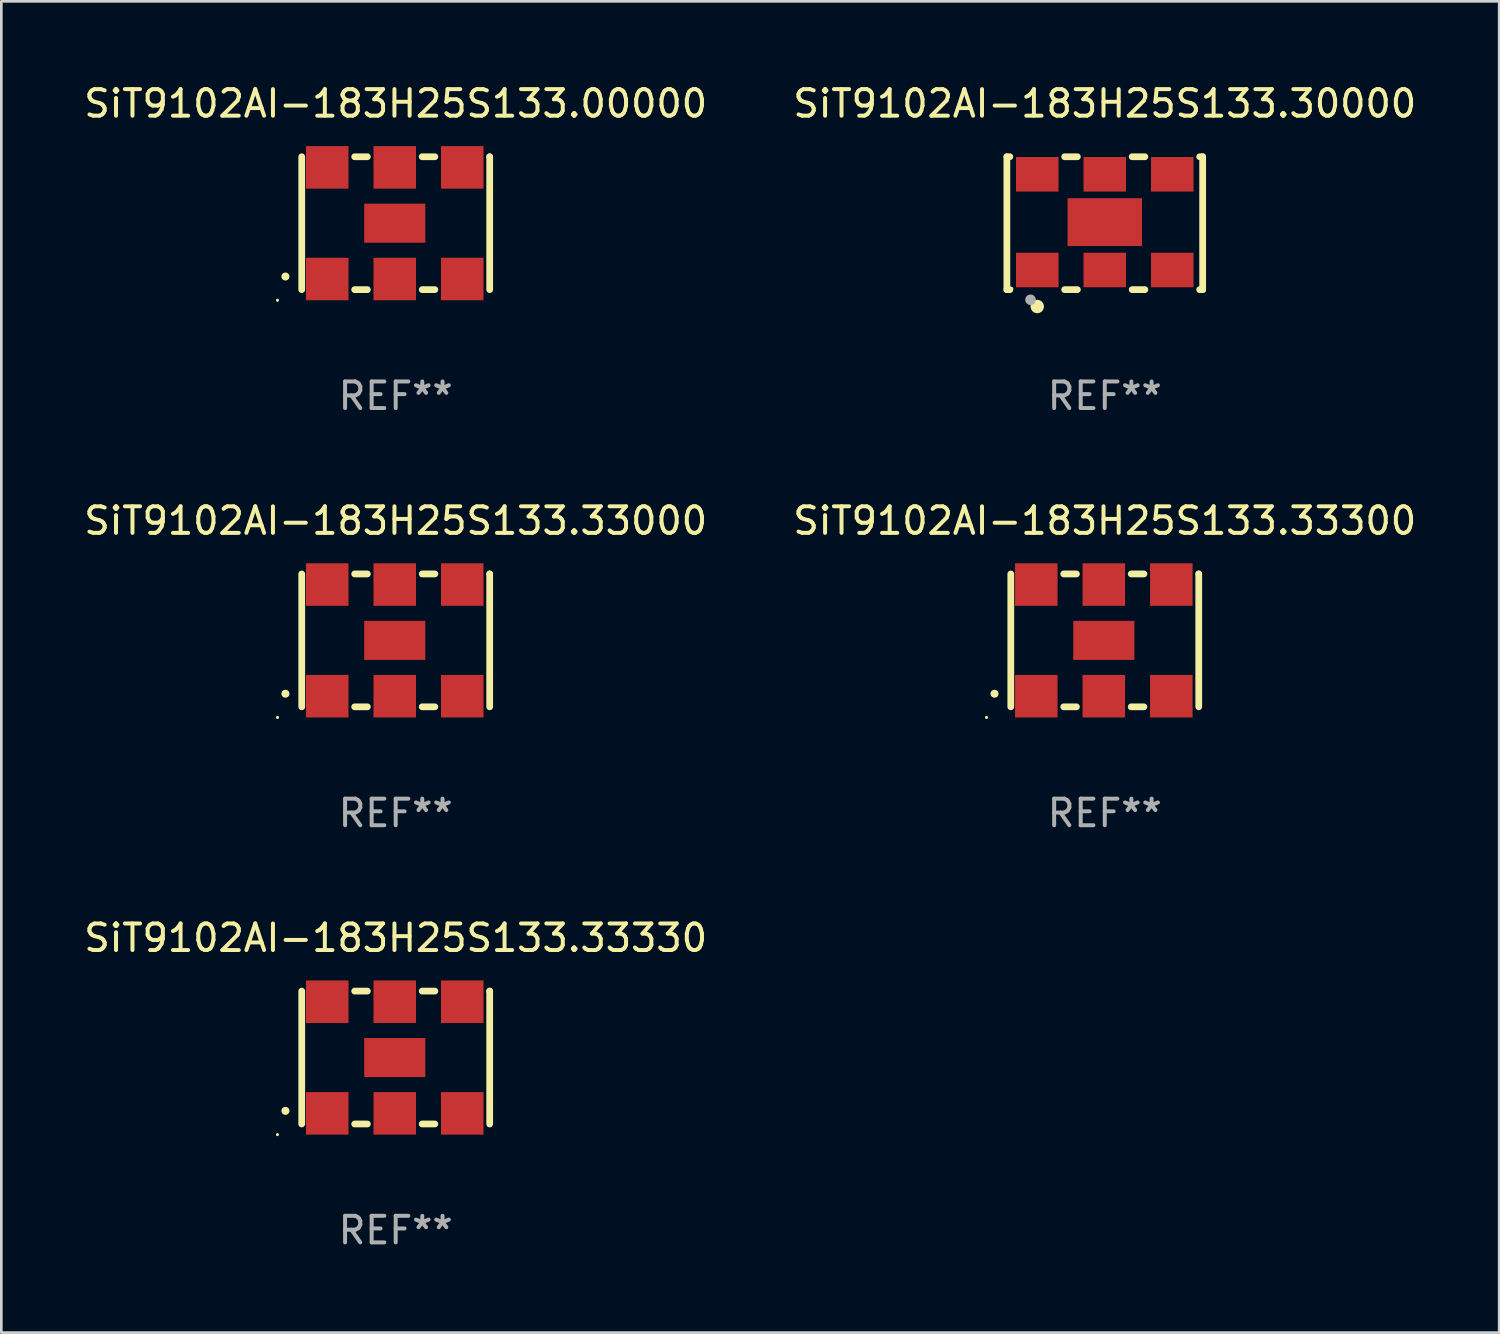
<source format=kicad_pcb>
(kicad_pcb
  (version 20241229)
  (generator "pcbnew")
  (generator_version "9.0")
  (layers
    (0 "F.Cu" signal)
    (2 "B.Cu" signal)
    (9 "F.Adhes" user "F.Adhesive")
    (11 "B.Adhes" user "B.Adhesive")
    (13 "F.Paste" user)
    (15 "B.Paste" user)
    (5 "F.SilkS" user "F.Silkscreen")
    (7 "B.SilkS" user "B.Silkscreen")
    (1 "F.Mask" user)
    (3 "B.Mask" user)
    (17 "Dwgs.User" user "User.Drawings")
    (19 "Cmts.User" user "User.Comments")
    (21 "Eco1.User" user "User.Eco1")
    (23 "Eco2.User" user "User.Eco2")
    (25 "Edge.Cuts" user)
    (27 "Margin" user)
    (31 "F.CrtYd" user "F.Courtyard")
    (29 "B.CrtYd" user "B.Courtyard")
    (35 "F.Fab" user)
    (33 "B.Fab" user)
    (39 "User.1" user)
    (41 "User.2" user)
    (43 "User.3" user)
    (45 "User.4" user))
  (footprint "SiT9102AI-183H25S133.33000"
    (layer "F.Cu")
    (at 11.839 21.045)
    (property "Reference" "SiT9102AI-183H25S133.33000" (at 0 -4.5 0) (layer "F.SilkS") (effects (font (size 1 1) (thickness 0.15))))
    (attr through_hole)
    (fp_line (start -3.536 -2.5) (end -3.536 2.5) (stroke (width 0.254) (type solid)) (layer "F.SilkS"))
    (fp_line (start -1.544 2.5) (end -1.067 2.5) (stroke (width 0.254) (type solid)) (layer "F.SilkS"))
    (fp_line (start -1.067 -2.5) (end -1.544 -2.5) (stroke (width 0.254) (type solid)) (layer "F.SilkS"))
    (fp_line (start 0.996 2.5) (end 1.473 2.5) (stroke (width 0.254) (type solid)) (layer "F.SilkS"))
    (fp_line (start 1.473 -2.5) (end 0.996 -2.5) (stroke (width 0.254) (type solid)) (layer "F.SilkS"))
    (fp_line (start 3.536 -2.5) (end 3.536 -2.5) (stroke (width 0.254) (type solid)) (layer "F.SilkS"))
    (fp_line (start 3.536 2.5) (end 3.536 -2.5) (stroke (width 0.254) (type solid)) (layer "F.SilkS"))
    (fp_arc (start -4.150432 2.006604) (mid -4.149162 2.006599) (end -4.147892 2.006604) (stroke (width 0.3) (type solid)) (layer "F.SilkS"))
    (fp_circle (center -4.449 2.9) (end -4.419 2.9) (stroke (width 0.06) (type solid)) (fill no) (layer "F.SilkS"))
    (fp_text user "REF**" (at 0 6.5 0) (layer "F.Fab") (effects (font (size 1 1) (thickness 0.15))))
    (pad "1" smd rect (at -2.576 2.1) (size 1.6 1.6) (layers "F.Cu" "F.Mask" "F.Paste"))
    (pad "2" smd rect (at -0.036 2.1) (size 1.6 1.6) (layers "F.Cu" "F.Mask" "F.Paste"))
    (pad "3" smd rect (at 2.504 2.1) (size 1.6 1.6) (layers "F.Cu" "F.Mask" "F.Paste"))
    (pad "4" smd rect (at 2.504 -2.1) (size 1.6 1.6) (layers "F.Cu" "F.Mask" "F.Paste"))
    (pad "5" smd rect (at -0.036 -2.1) (size 1.6 1.6) (layers "F.Cu" "F.Mask" "F.Paste"))
    (pad "6" smd rect (at -2.576 -2.1) (size 1.6 1.6) (layers "F.Cu" "F.Mask" "F.Paste"))
    (pad "7" smd rect (at -0.036 0) (size 2.3 1.47) (layers "F.Cu" "F.Mask" "F.Paste")))
  (footprint "SiT9102AI-183H25S133.00000"
    (layer "F.Cu")
    (at 11.839 5.348)
    (property "Reference" "SiT9102AI-183H25S133.00000" (at 0 -4.5 0) (layer "F.SilkS") (effects (font (size 1 1) (thickness 0.15))))
    (attr through_hole)
    (fp_line (start -3.536 -2.5) (end -3.536 2.5) (stroke (width 0.254) (type solid)) (layer "F.SilkS"))
    (fp_line (start -1.544 2.5) (end -1.067 2.5) (stroke (width 0.254) (type solid)) (layer "F.SilkS"))
    (fp_line (start -1.067 -2.5) (end -1.544 -2.5) (stroke (width 0.254) (type solid)) (layer "F.SilkS"))
    (fp_line (start 0.996 2.5) (end 1.473 2.5) (stroke (width 0.254) (type solid)) (layer "F.SilkS"))
    (fp_line (start 1.473 -2.5) (end 0.996 -2.5) (stroke (width 0.254) (type solid)) (layer "F.SilkS"))
    (fp_line (start 3.536 -2.5) (end 3.536 -2.5) (stroke (width 0.254) (type solid)) (layer "F.SilkS"))
    (fp_line (start 3.536 2.5) (end 3.536 -2.5) (stroke (width 0.254) (type solid)) (layer "F.SilkS"))
    (fp_arc (start -4.150432 2.006604) (mid -4.149162 2.006599) (end -4.147892 2.006604) (stroke (width 0.3) (type solid)) (layer "F.SilkS"))
    (fp_circle (center -4.449 2.9) (end -4.419 2.9) (stroke (width 0.06) (type solid)) (fill no) (layer "F.SilkS"))
    (fp_text user "REF**" (at 0 6.5 0) (layer "F.Fab") (effects (font (size 1 1) (thickness 0.15))))
    (pad "1" smd rect (at -2.576 2.1) (size 1.6 1.6) (layers "F.Cu" "F.Mask" "F.Paste"))
    (pad "2" smd rect (at -0.036 2.1) (size 1.6 1.6) (layers "F.Cu" "F.Mask" "F.Paste"))
    (pad "3" smd rect (at 2.504 2.1) (size 1.6 1.6) (layers "F.Cu" "F.Mask" "F.Paste"))
    (pad "4" smd rect (at 2.504 -2.1) (size 1.6 1.6) (layers "F.Cu" "F.Mask" "F.Paste"))
    (pad "5" smd rect (at -0.036 -2.1) (size 1.6 1.6) (layers "F.Cu" "F.Mask" "F.Paste"))
    (pad "6" smd rect (at -2.576 -2.1) (size 1.6 1.6) (layers "F.Cu" "F.Mask" "F.Paste"))
    (pad "7" smd rect (at -0.036 0) (size 2.3 1.47) (layers "F.Cu" "F.Mask" "F.Paste")))
  (footprint "SiT9102AI-183H25S133.33330"
    (layer "F.Cu")
    (at 11.839 36.741)
    (property "Reference" "SiT9102AI-183H25S133.33330" (at 0 -4.5 0) (layer "F.SilkS") (effects (font (size 1 1) (thickness 0.15))))
    (attr through_hole)
    (fp_line (start -3.536 -2.5) (end -3.536 2.5) (stroke (width 0.254) (type solid)) (layer "F.SilkS"))
    (fp_line (start -1.544 2.5) (end -1.067 2.5) (stroke (width 0.254) (type solid)) (layer "F.SilkS"))
    (fp_line (start -1.067 -2.5) (end -1.544 -2.5) (stroke (width 0.254) (type solid)) (layer "F.SilkS"))
    (fp_line (start 0.996 2.5) (end 1.473 2.5) (stroke (width 0.254) (type solid)) (layer "F.SilkS"))
    (fp_line (start 1.473 -2.5) (end 0.996 -2.5) (stroke (width 0.254) (type solid)) (layer "F.SilkS"))
    (fp_line (start 3.536 -2.5) (end 3.536 -2.5) (stroke (width 0.254) (type solid)) (layer "F.SilkS"))
    (fp_line (start 3.536 2.5) (end 3.536 -2.5) (stroke (width 0.254) (type solid)) (layer "F.SilkS"))
    (fp_arc (start -4.150432 2.006604) (mid -4.149162 2.006599) (end -4.147892 2.006604) (stroke (width 0.3) (type solid)) (layer "F.SilkS"))
    (fp_circle (center -4.449 2.9) (end -4.419 2.9) (stroke (width 0.06) (type solid)) (fill no) (layer "F.SilkS"))
    (fp_text user "REF**" (at 0 6.5 0) (layer "F.Fab") (effects (font (size 1 1) (thickness 0.15))))
    (pad "1" smd rect (at -2.576 2.1) (size 1.6 1.6) (layers "F.Cu" "F.Mask" "F.Paste"))
    (pad "2" smd rect (at -0.036 2.1) (size 1.6 1.6) (layers "F.Cu" "F.Mask" "F.Paste"))
    (pad "3" smd rect (at 2.504 2.1) (size 1.6 1.6) (layers "F.Cu" "F.Mask" "F.Paste"))
    (pad "4" smd rect (at 2.504 -2.1) (size 1.6 1.6) (layers "F.Cu" "F.Mask" "F.Paste"))
    (pad "5" smd rect (at -0.036 -2.1) (size 1.6 1.6) (layers "F.Cu" "F.Mask" "F.Paste"))
    (pad "6" smd rect (at -2.576 -2.1) (size 1.6 1.6) (layers "F.Cu" "F.Mask" "F.Paste"))
    (pad "7" smd rect (at -0.036 0) (size 2.3 1.47) (layers "F.Cu" "F.Mask" "F.Paste")))
  (footprint "SiT9102AI-183H25S133.30000"
    (layer "F.Cu")
    (at 38.518 5.348)
    (property "Reference" "SiT9102AI-183H25S133.30000" (at 0 -4.5 0) (layer "F.SilkS") (effects (font (size 1 1) (thickness 0.15))))
    (attr through_hole)
    (fp_line (start -3.683 -2.5) (end -3.571 -2.5) (stroke (width 0.254) (type solid)) (layer "F.SilkS"))
    (fp_line (start -3.683 2.5) (end -3.683 -2.5) (stroke (width 0.254) (type solid)) (layer "F.SilkS"))
    (fp_line (start -3.683 2.5) (end -3.571 2.5) (stroke (width 0.254) (type solid)) (layer "F.SilkS"))
    (fp_line (start -1.509 -2.5) (end -1.031 -2.5) (stroke (width 0.254) (type solid)) (layer "F.SilkS"))
    (fp_line (start -1.509 2.5) (end -1.031 2.5) (stroke (width 0.254) (type solid)) (layer "F.SilkS"))
    (fp_line (start 1.031 -2.5) (end 1.509 -2.5) (stroke (width 0.254) (type solid)) (layer "F.SilkS"))
    (fp_line (start 1.031 2.5) (end 1.509 2.5) (stroke (width 0.254) (type solid)) (layer "F.SilkS"))
    (fp_line (start 3.571 -2.5) (end 3.683 -2.5) (stroke (width 0.254) (type solid)) (layer "F.SilkS"))
    (fp_line (start 3.571 2.5) (end 3.683 2.5) (stroke (width 0.254) (type solid)) (layer "F.SilkS"))
    (fp_line (start 3.683 2.5) (end 3.683 -2.5) (stroke (width 0.254) (type solid)) (layer "F.SilkS"))
    (fp_circle (center -3.5 2.46) (end -3.47 2.46) (stroke (width 0.06) (type solid)) (fill no) (layer "F.SilkS"))
    (fp_circle (center -2.54 3.135) (end -2.413 3.135) (stroke (width 0.254) (type solid)) (fill no) (layer "F.SilkS"))
    (fp_circle (center -2.794 2.881) (end -2.694 2.881) (stroke (width 0.2) (type solid)) (fill no) (layer "F.Fab"))
    (fp_text user "REF**" (at 0 6.5 0) (layer "F.Fab") (effects (font (size 1 1) (thickness 0.15))))
    (pad "1" smd rect (at -2.54 1.76) (size 1.6 1.3) (layers "F.Cu" "F.Mask" "F.Paste"))
    (pad "2" smd rect (at 0 1.76) (size 1.6 1.3) (layers "F.Cu" "F.Mask" "F.Paste"))
    (pad "3" smd rect (at 2.54 1.76) (size 1.6 1.3) (layers "F.Cu" "F.Mask" "F.Paste"))
    (pad "4" smd rect (at 2.54 -1.84) (size 1.6 1.3) (layers "F.Cu" "F.Mask" "F.Paste"))
    (pad "5" smd rect (at 0 -1.84) (size 1.6 1.3) (layers "F.Cu" "F.Mask" "F.Paste"))
    (pad "6" smd rect (at -2.54 -1.84) (size 1.6 1.3) (layers "F.Cu" "F.Mask" "F.Paste"))
    (pad "7" smd rect (at 0 -0.04) (size 2.8 1.8) (layers "F.Cu" "F.Mask" "F.Paste")))
  (footprint "SiT9102AI-183H25S133.33300"
    (layer "F.Cu")
    (at 38.518 21.045)
    (property "Reference" "SiT9102AI-183H25S133.33300" (at 0 -4.5 0) (layer "F.SilkS") (effects (font (size 1 1) (thickness 0.15))))
    (attr through_hole)
    (fp_line (start -3.536 -2.5) (end -3.536 2.5) (stroke (width 0.254) (type solid)) (layer "F.SilkS"))
    (fp_line (start -1.544 2.5) (end -1.067 2.5) (stroke (width 0.254) (type solid)) (layer "F.SilkS"))
    (fp_line (start -1.067 -2.5) (end -1.544 -2.5) (stroke (width 0.254) (type solid)) (layer "F.SilkS"))
    (fp_line (start 0.996 2.5) (end 1.473 2.5) (stroke (width 0.254) (type solid)) (layer "F.SilkS"))
    (fp_line (start 1.473 -2.5) (end 0.996 -2.5) (stroke (width 0.254) (type solid)) (layer "F.SilkS"))
    (fp_line (start 3.536 -2.5) (end 3.536 -2.5) (stroke (width 0.254) (type solid)) (layer "F.SilkS"))
    (fp_line (start 3.536 2.5) (end 3.536 -2.5) (stroke (width 0.254) (type solid)) (layer "F.SilkS"))
    (fp_arc (start -4.150432 2.006604) (mid -4.149162 2.006599) (end -4.147892 2.006604) (stroke (width 0.3) (type solid)) (layer "F.SilkS"))
    (fp_circle (center -4.449 2.9) (end -4.419 2.9) (stroke (width 0.06) (type solid)) (fill no) (layer "F.SilkS"))
    (fp_text user "REF**" (at 0 6.5 0) (layer "F.Fab") (effects (font (size 1 1) (thickness 0.15))))
    (pad "1" smd rect (at -2.576 2.1) (size 1.6 1.6) (layers "F.Cu" "F.Mask" "F.Paste"))
    (pad "2" smd rect (at -0.036 2.1) (size 1.6 1.6) (layers "F.Cu" "F.Mask" "F.Paste"))
    (pad "3" smd rect (at 2.504 2.1) (size 1.6 1.6) (layers "F.Cu" "F.Mask" "F.Paste"))
    (pad "4" smd rect (at 2.504 -2.1) (size 1.6 1.6) (layers "F.Cu" "F.Mask" "F.Paste"))
    (pad "5" smd rect (at -0.036 -2.1) (size 1.6 1.6) (layers "F.Cu" "F.Mask" "F.Paste"))
    (pad "6" smd rect (at -2.576 -2.1) (size 1.6 1.6) (layers "F.Cu" "F.Mask" "F.Paste"))
    (pad "7" smd rect (at -0.036 0) (size 2.3 1.47) (layers "F.Cu" "F.Mask" "F.Paste")))
  (gr_rect
    (start -3 -3)
    (end 53.357 47.09)
    (stroke (width 0.1) (type default))
    (fill no)
    (layer "Edge.Cuts")))
</source>
